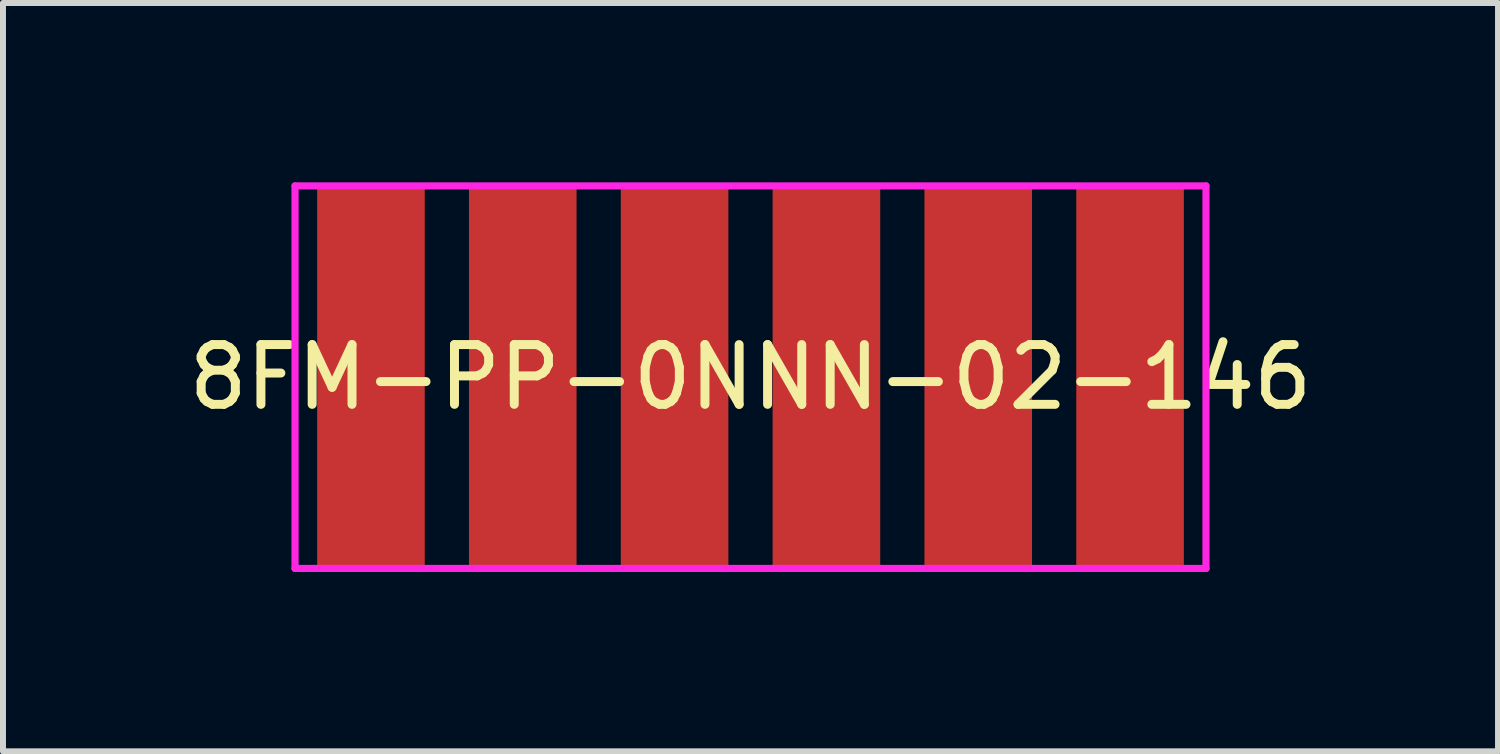
<source format=kicad_pcb>
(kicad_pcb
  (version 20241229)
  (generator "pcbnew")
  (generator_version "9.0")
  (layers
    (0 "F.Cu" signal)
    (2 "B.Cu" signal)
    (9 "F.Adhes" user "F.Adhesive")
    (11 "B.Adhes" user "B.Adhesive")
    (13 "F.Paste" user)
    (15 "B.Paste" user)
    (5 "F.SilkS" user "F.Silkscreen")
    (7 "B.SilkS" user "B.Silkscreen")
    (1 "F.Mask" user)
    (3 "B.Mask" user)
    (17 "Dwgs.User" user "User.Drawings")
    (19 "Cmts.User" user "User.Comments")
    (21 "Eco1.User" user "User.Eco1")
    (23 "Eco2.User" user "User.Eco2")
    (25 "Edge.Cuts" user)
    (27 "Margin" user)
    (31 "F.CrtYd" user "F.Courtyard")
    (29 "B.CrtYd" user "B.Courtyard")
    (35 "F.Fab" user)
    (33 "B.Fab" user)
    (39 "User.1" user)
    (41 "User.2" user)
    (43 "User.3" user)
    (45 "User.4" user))
  (footprint "8FM-PP-0NNN-02-146"
    (layer "F.Cu")
    (at 9.506 3.26)
    (property "Reference" "8FM-PP-0NNN-02-146" (at 0 0 0) (layer "F.SilkS") (effects (font (size 1 1) (thickness 0.15))))
    (attr through_hole)
    (fp_line (start -7.62 -3.2) (end 7.62 -3.2) (stroke (width 0.12) (type solid)) (layer "F.CrtYd"))
    (fp_line (start -7.62 3.2) (end -7.62 -3.2) (stroke (width 0.12) (type solid)) (layer "F.CrtYd"))
    (fp_line (start 7.62 -3.2) (end 7.62 3.2) (stroke (width 0.12) (type solid)) (layer "F.CrtYd"))
    (fp_line (start 7.62 3.2) (end -7.62 3.2) (stroke (width 0.12) (type solid)) (layer "F.CrtYd"))
    (pad "1" smd rect (at -6.35 0) (size 1.8 6.4) (layers "F.Cu" "F.Mask" "F.Paste"))
    (pad "2" smd rect (at -3.81 0) (size 1.8 6.4) (layers "F.Cu" "F.Mask" "F.Paste"))
    (pad "3" smd rect (at -1.27 0) (size 1.8 6.4) (layers "F.Cu" "F.Mask" "F.Paste"))
    (pad "4" smd rect (at 1.27 0) (size 1.8 6.4) (layers "F.Cu" "F.Mask" "F.Paste"))
    (pad "5" smd rect (at 3.81 0) (size 1.8 6.4) (layers "F.Cu" "F.Mask" "F.Paste"))
    (pad "6" smd rect (at 6.35 0) (size 1.8 6.4) (layers "F.Cu" "F.Mask" "F.Paste")))
  (gr_rect
    (start -3 -3)
    (end 22.012 9.52)
    (stroke (width 0.1) (type default))
    (fill no)
    (layer "Edge.Cuts")))
</source>
